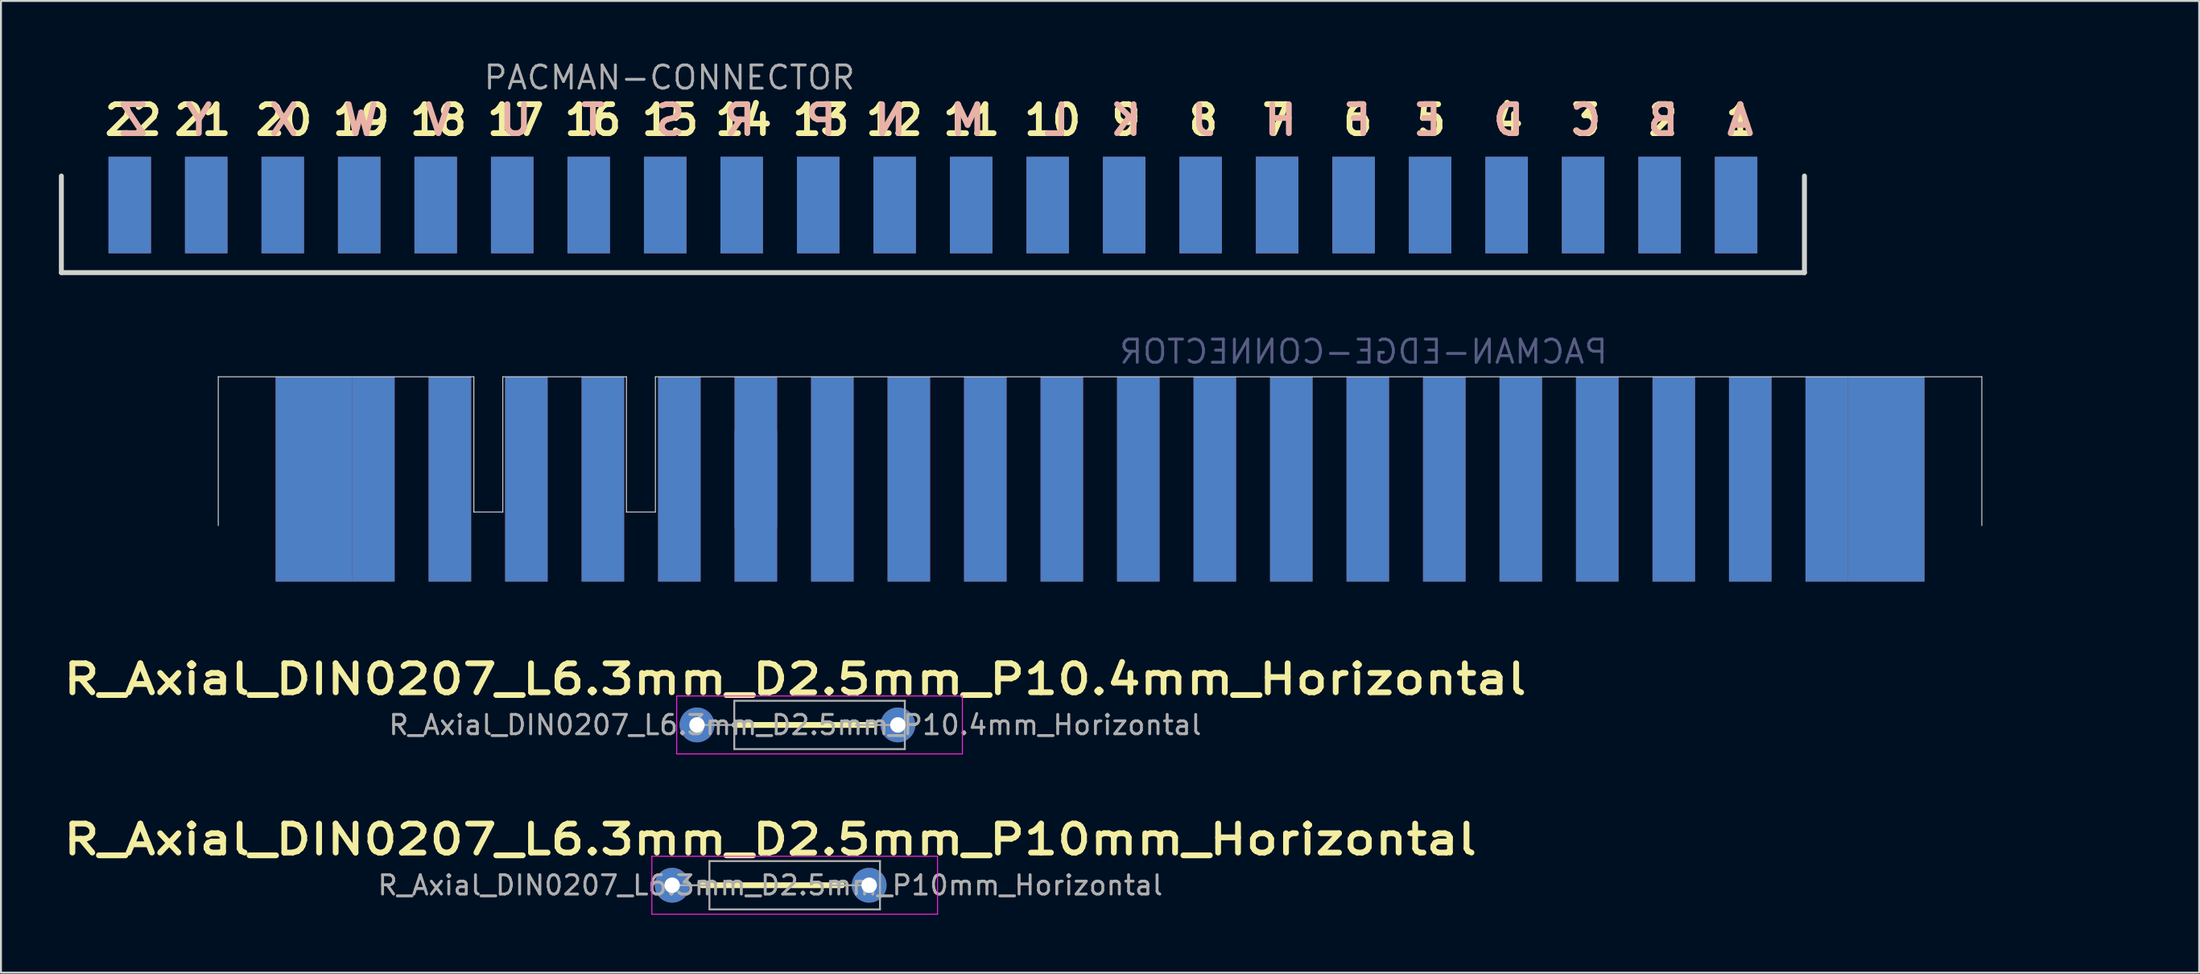
<source format=kicad_pcb>
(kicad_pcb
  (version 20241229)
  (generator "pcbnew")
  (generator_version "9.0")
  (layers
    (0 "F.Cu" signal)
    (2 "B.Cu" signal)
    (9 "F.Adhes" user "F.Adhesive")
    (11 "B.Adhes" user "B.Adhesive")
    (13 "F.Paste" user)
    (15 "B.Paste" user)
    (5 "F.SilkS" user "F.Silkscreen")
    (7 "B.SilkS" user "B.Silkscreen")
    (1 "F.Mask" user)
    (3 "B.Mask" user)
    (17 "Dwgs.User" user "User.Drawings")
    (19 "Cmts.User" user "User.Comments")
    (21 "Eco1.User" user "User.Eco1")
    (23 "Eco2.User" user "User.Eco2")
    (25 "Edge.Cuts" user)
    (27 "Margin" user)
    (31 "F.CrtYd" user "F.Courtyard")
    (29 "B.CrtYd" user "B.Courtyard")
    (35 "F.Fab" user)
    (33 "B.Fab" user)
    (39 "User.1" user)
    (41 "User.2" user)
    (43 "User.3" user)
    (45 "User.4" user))
  (footprint "PACMAN-EDGE-CONNECTOR"
    (layer "F.Cu")
    (at 43.981 21.757)
    (property "Reference" "PACMAN-EDGE-CONNECTOR" (at 23.559 -6.6 180) (layer "B.Fab") (effects (font (size 1.2 1.2) (thickness 0.15)) (justify mirror)))
    (attr through_hole)
    (fp_rect (start -43.931 -5.3) (end 63.768 5.9) (stroke (width 0.1) (type solid)) (fill yes) (layer "F.Mask"))
    (fp_poly (pts (xy -43.931 -5.3) (xy 63.768 -5.3) (xy 63.768 5.9) (xy -43.931 5.9)) (stroke (width 0) (type solid)) (fill yes) (layer "B.Mask"))
    (fp_line (start -35.731 -5.3) (end -22.5 -5.3) (stroke (width 0.05) (type solid)) (layer "Edge.Cuts"))
    (fp_line (start -35.731 2.401) (end -35.731 -5.3) (stroke (width 0.05) (type solid)) (layer "Edge.Cuts"))
    (fp_line (start -22.5 -5.3) (end -22.5 1.7) (stroke (width 0.05) (type default)) (layer "Edge.Cuts"))
    (fp_line (start -21 -5.3) (end -14.6 -5.3) (stroke (width 0.05) (type solid)) (layer "Edge.Cuts"))
    (fp_line (start -21 1.7) (end -22.5 1.7) (stroke (width 0.05) (type default)) (layer "Edge.Cuts"))
    (fp_line (start -21 1.7) (end -21 -5.3) (stroke (width 0.05) (type default)) (layer "Edge.Cuts"))
    (fp_line (start -14.6 -5.3) (end -14.6 1.7) (stroke (width 0.05) (type default)) (layer "Edge.Cuts"))
    (fp_line (start -13.1 -5.3) (end 55.568 -5.3) (stroke (width 0.05) (type solid)) (layer "Edge.Cuts"))
    (fp_line (start -13.1 1.7) (end -14.6 1.7) (stroke (width 0.05) (type default)) (layer "Edge.Cuts"))
    (fp_line (start -13.1 1.7) (end -13.1 -5.3) (stroke (width 0.05) (type default)) (layer "Edge.Cuts"))
    (fp_line (start 55.568 -5.3) (end 55.568 2.401) (stroke (width 0.05) (type solid)) (layer "Edge.Cuts"))
    (pad "1" connect custom (at -31.661 0 180) (size 2.2 10.6) (layers "B.Cu" "B.Mask") (options (anchor rect)) (primitives (gr_rect (start -2.86 -5.3) (end 0.2 5.3) (width 0) (fill yes))))
    (pad "2" connect rect (at -27.701 0 180) (size 2.2 10.6) (layers "B.Cu" "B.Mask"))
    (pad "3" connect rect (at -23.741 0 180) (size 2.2 10.6) (layers "B.Cu" "B.Mask"))
    (pad "4" connect rect (at -19.781 0 180) (size 2.2 10.6) (layers "B.Cu" "B.Mask"))
    (pad "5" connect rect (at -15.821 0 180) (size 2.2 10.6) (layers "B.Cu" "B.Mask"))
    (pad "6" connect rect (at -11.861 0 180) (size 2.2 10.6) (layers "B.Cu" "B.Mask"))
    (pad "7" connect rect (at -7.902 0 180) (size 2.2 5) (layers "B.Cu" "B.Mask"))
    (pad "7" connect rect (at -7.901 0 180) (size 2.2 10.6) (layers "B.Cu" "B.Mask"))
    (pad "8" connect rect (at -3.941 0 180) (size 2.2 10.6) (layers "B.Cu" "B.Mask"))
    (pad "9" connect rect (at 0.019 0 180) (size 2.2 10.6) (layers "B.Cu" "B.Mask"))
    (pad "10" connect rect (at 3.979 0 180) (size 2.2 10.6) (layers "B.Cu" "B.Mask"))
    (pad "11" connect rect (at 7.939 0 180) (size 2.2 10.6) (layers "B.Cu" "B.Mask"))
    (pad "12" connect rect (at 11.899 0 180) (size 2.2 10.6) (layers "B.Cu" "B.Mask"))
    (pad "13" connect rect (at 15.859 0 180) (size 2.2 10.6) (layers "B.Cu" "B.Mask"))
    (pad "14" connect rect (at 19.819 0 180) (size 2.2 10.6) (layers "B.Cu" "B.Mask"))
    (pad "15" connect rect (at 23.779 0 180) (size 2.2 10.6) (layers "B.Cu" "B.Mask"))
    (pad "16" connect rect (at 27.739 0 180) (size 2.2 10.6) (layers "B.Cu" "B.Mask"))
    (pad "17" connect rect (at 31.699 0 180) (size 2.2 10.6) (layers "B.Cu" "B.Mask"))
    (pad "18" connect rect (at 35.659 0 180) (size 2.2 10.6) (layers "B.Cu" "B.Mask"))
    (pad "19" connect rect (at 39.619 0 180) (size 2.2 10.6) (layers "B.Cu" "B.Mask"))
    (pad "20" connect rect (at 43.579 0 180) (size 2.2 10.6) (layers "B.Cu" "B.Mask"))
    (pad "21" connect rect (at 47.539 0 180) (size 2.2 10.6) (layers "B.Cu" "B.Mask"))
    (pad "22" connect custom (at 51.499 0 180) (size 2.2 10.6) (layers "B.Cu" "B.Mask") (options (anchor rect)) (primitives (gr_rect (start 0.15 -5.3) (end 2.86 5.3) (width 0) (fill yes))))
    (pad "A" connect custom (at -31.661 0 180) (size 2.2 10.6) (layers "F.Cu" "F.Mask") (options (anchor rect)) (primitives (gr_rect (start -2.86 -5.3) (end 0.4 5.3) (width 0) (fill yes))))
    (pad "B" connect rect (at -27.701 0 180) (size 2.2 10.6) (layers "F.Cu" "F.Mask"))
    (pad "C" connect rect (at -23.741 0 180) (size 2.2 10.6) (layers "F.Cu" "F.Mask"))
    (pad "D" connect rect (at -19.781 0 180) (size 2.2 10.6) (layers "F.Cu" "F.Mask"))
    (pad "E" connect rect (at -15.821 0 180) (size 2.2 10.6) (layers "F.Cu" "F.Mask"))
    (pad "F" connect rect (at -11.861 0 180) (size 2.2 10.6) (layers "F.Cu" "F.Mask"))
    (pad "H" connect rect (at -7.901 0 180) (size 2.2 10.6) (layers "F.Cu" "F.Mask"))
    (pad "J" connect rect (at -3.941 0 180) (size 2.2 10.6) (layers "F.Cu" "F.Mask"))
    (pad "K" connect rect (at 0.019 0 180) (size 2.2 10.6) (layers "F.Cu" "F.Mask"))
    (pad "L" connect rect (at 3.979 0 180) (size 2.2 10.6) (layers "F.Cu" "F.Mask"))
    (pad "M" connect rect (at 7.939 0 180) (size 2.2 10.6) (layers "F.Cu" "F.Mask"))
    (pad "N" connect rect (at 11.899 0 180) (size 2.2 10.6) (layers "F.Cu" "F.Mask"))
    (pad "P" connect rect (at 15.859 0 180) (size 2.2 10.6) (layers "F.Cu" "F.Mask"))
    (pad "R" connect rect (at 19.819 0 180) (size 2.2 10.6) (layers "F.Cu" "F.Mask"))
    (pad "S" connect rect (at 23.779 0 180) (size 2.2 10.6) (layers "F.Cu" "F.Mask"))
    (pad "T" connect rect (at 27.739 0 180) (size 2.2 10.6) (layers "F.Cu" "F.Mask"))
    (pad "U" connect rect (at 31.699 0 180) (size 2.2 10.6) (layers "F.Cu" "F.Mask"))
    (pad "V" connect rect (at 35.659 0 180) (size 2.2 10.6) (layers "F.Cu" "F.Mask"))
    (pad "W" connect rect (at 39.619 0 180) (size 2.2 10.6) (layers "F.Cu" "F.Mask"))
    (pad "X" connect rect (at 43.579 0 180) (size 2.2 10.6) (layers "F.Cu" "F.Mask"))
    (pad "Y" connect rect (at 47.539 0 180) (size 2.2 10.6) (layers "F.Cu" "F.Mask"))
    (pad "Z" connect custom (at 51.499 0 180) (size 2.2 10.6) (layers "F.Cu" "F.Mask") (options (anchor rect)) (primitives (gr_rect (start 0.05 -5.3) (end 2.86 5.3) (width 0) (fill yes)))))
  (footprint "R_Axial_DIN0207_L6.3mm_D2.5mm_P10.4mm_Horizontal"
    (layer "F.Cu")
    (at 33.033 34.481)
    (property "Reference" "R_Axial_DIN0207_L6.3mm_D2.5mm_P10.4mm_Horizontal" (at 5.08 -2.37 0) (layer "F.SilkS") (effects (font (size 1.5 1.8) (thickness 0.3) (bold yes))))
    (attr through_hole)
    (fp_line (start 1.95 0) (end 9.2 0) (stroke (width 0.3) (type solid)) (layer "F.SilkS"))
    (fp_line (start -1.05 -1.5) (end -1.05 1.5) (stroke (width 0.05) (type solid)) (layer "F.CrtYd"))
    (fp_line (start -1.05 1.5) (end 13.74 1.5) (stroke (width 0.05) (type solid)) (layer "F.CrtYd"))
    (fp_line (start 13.74 -1.5) (end -1.05 -1.5) (stroke (width 0.05) (type solid)) (layer "F.CrtYd"))
    (fp_line (start 13.74 1.5) (end 13.74 -1.5) (stroke (width 0.05) (type solid)) (layer "F.CrtYd"))
    (fp_line (start 0 0) (end 1.93 0) (stroke (width 0.1) (type solid)) (layer "F.Fab"))
    (fp_line (start 1.93 -1.25) (end 1.93 1.25) (stroke (width 0.1) (type solid)) (layer "F.Fab"))
    (fp_line (start 1.93 1.25) (end 10.76 1.25) (stroke (width 0.1) (type solid)) (layer "F.Fab"))
    (fp_line (start 10.16 0) (end 8.23 0) (stroke (width 0.1) (type solid)) (layer "F.Fab"))
    (fp_line (start 10.76 -1.25) (end 1.93 -1.25) (stroke (width 0.1) (type solid)) (layer "F.Fab"))
    (fp_line (start 10.76 1.25) (end 10.76 -1.25) (stroke (width 0.1) (type solid)) (layer "F.Fab"))
    (fp_text user "${REFERENCE}" (at 5.08 0 0) (layer "F.Fab") (effects (font (size 1 1) (thickness 0.15))))
    (pad "1" thru_hole circle (at 0 0) (size 1.8 1.8) (drill 0.8) (layers "*.Cu" "*.Mask"))
    (pad "2" thru_hole oval (at 10.4 0) (size 1.8 1.8) (drill 0.8) (layers "*.Cu" "*.Mask")))
  (footprint "R_Axial_DIN0207_L6.3mm_D2.5mm_P10mm_Horizontal"
    (layer "F.Cu")
    (at 31.747 42.78)
    (property "Reference" "R_Axial_DIN0207_L6.3mm_D2.5mm_P10mm_Horizontal" (at 5.08 -2.37 0) (layer "F.SilkS") (effects (font (size 1.5 1.8) (thickness 0.3) (bold yes))))
    (attr through_hole)
    (fp_line (start 1.55 0) (end 8.8 0) (stroke (width 0.3) (type solid)) (layer "F.SilkS"))
    (fp_line (start -1.05 -1.5) (end -1.05 1.5) (stroke (width 0.05) (type solid)) (layer "F.CrtYd"))
    (fp_line (start -1.05 1.5) (end 13.74 1.5) (stroke (width 0.05) (type solid)) (layer "F.CrtYd"))
    (fp_line (start 13.74 -1.5) (end -1.05 -1.5) (stroke (width 0.05) (type solid)) (layer "F.CrtYd"))
    (fp_line (start 13.74 1.5) (end 13.74 -1.5) (stroke (width 0.05) (type solid)) (layer "F.CrtYd"))
    (fp_line (start 0 0) (end 1.93 0) (stroke (width 0.1) (type solid)) (layer "F.Fab"))
    (fp_line (start 1.93 -1.25) (end 1.93 1.25) (stroke (width 0.1) (type solid)) (layer "F.Fab"))
    (fp_line (start 1.93 1.25) (end 10.76 1.25) (stroke (width 0.1) (type solid)) (layer "F.Fab"))
    (fp_line (start 10.16 0) (end 8.23 0) (stroke (width 0.1) (type solid)) (layer "F.Fab"))
    (fp_line (start 10.76 -1.25) (end 1.93 -1.25) (stroke (width 0.1) (type solid)) (layer "F.Fab"))
    (fp_line (start 10.76 1.25) (end 10.76 -1.25) (stroke (width 0.1) (type solid)) (layer "F.Fab"))
    (fp_text user "${REFERENCE}" (at 5.08 0 0) (layer "F.Fab") (effects (font (size 1 1) (thickness 0.15))))
    (pad "1" thru_hole circle (at 0 0) (size 1.8 1.8) (drill 0.8) (layers "*.Cu" "*.Mask"))
    (pad "2" thru_hole oval (at 10.2 0) (size 1.8 1.8) (drill 0.8) (layers "*.Cu" "*.Mask")))
  (footprint "PACMAN-CONNECTOR"
    (layer "F.Cu")
    (at 55.166 7.565)
    (property "Reference" "PACMAN-CONNECTOR" (at -23.559 -6.6 180) (layer "F.Fab") (effects (font (size 1.2 1.2) (thickness 0.15))))
    (attr through_hole)
    (fp_line (start -55.039 -1.502) (end -55.039 3.499) (stroke (width 0.254) (type solid)) (layer "Edge.Cuts"))
    (fp_line (start -55.039 3.499) (end 35.2 3.499) (stroke (width 0.254) (type solid)) (layer "Edge.Cuts"))
    (fp_line (start 35.2 3.499) (end 35.2 -1.502) (stroke (width 0.254) (type solid)) (layer "Edge.Cuts"))
    (fp_text user "13" (at -15.722 -4.4 0) (unlocked yes) (layer "F.SilkS") (effects (font (size 1.5 1.5) (thickness 0.3) (bold yes))))
    (fp_text user "18" (at -35.522 -4.4 0) (unlocked yes) (layer "F.SilkS") (effects (font (size 1.5 1.5) (thickness 0.3) (bold yes))))
    (fp_text user "1" (at 31.878 -4.4 0) (unlocked yes) (layer "F.SilkS") (effects (font (size 1.5 1.5) (thickness 0.3) (bold yes))))
    (fp_text user "7" (at 7.878 -4.4 0) (unlocked yes) (layer "F.SilkS") (effects (font (size 1.5 1.5) (thickness 0.3) (bold yes))))
    (fp_text user "9" (at 0.078 -4.4 0) (unlocked yes) (layer "F.SilkS") (effects (font (size 1.5 1.5) (thickness 0.3) (bold yes))))
    (fp_text user "22" (at -51.322 -4.4 0) (unlocked yes) (layer "F.SilkS") (effects (font (size 1.5 1.5) (thickness 0.3) (bold yes))))
    (fp_text user "8" (at 4.078 -4.4 0) (unlocked yes) (layer "F.SilkS") (effects (font (size 1.5 1.5) (thickness 0.3) (bold yes))))
    (fp_text user "6" (at 12.078 -4.4 0) (unlocked yes) (layer "F.SilkS") (effects (font (size 1.5 1.5) (thickness 0.3) (bold yes))))
    (fp_text user "3" (at 23.878 -4.4 0) (unlocked yes) (layer "F.SilkS") (effects (font (size 1.5 1.5) (thickness 0.3) (bold yes))))
    (fp_text user "5" (at 15.878 -4.4 0) (unlocked yes) (layer "F.SilkS") (effects (font (size 1.5 1.5) (thickness 0.3) (bold yes))))
    (fp_text user "16" (at -27.522 -4.4 0) (unlocked yes) (layer "F.SilkS") (effects (font (size 1.5 1.5) (thickness 0.3) (bold yes))))
    (fp_text user "14" (at -19.722 -4.4 0) (unlocked yes) (layer "F.SilkS") (effects (font (size 1.5 1.5) (thickness 0.3) (bold yes))))
    (fp_text user "17" (at -31.522 -4.4 0) (unlocked yes) (layer "F.SilkS") (effects (font (size 1.5 1.5) (thickness 0.3) (bold yes))))
    (fp_text user "11" (at -7.922 -4.4 0) (unlocked yes) (layer "F.SilkS") (effects (font (size 1.5 1.5) (thickness 0.3) (bold yes))))
    (fp_text user "21" (at -47.722 -4.4 0) (unlocked yes) (layer "F.SilkS") (effects (font (size 1.5 1.5) (thickness 0.3) (bold yes))))
    (fp_text user "4" (at 19.878 -4.4 0) (unlocked yes) (layer "F.SilkS") (effects (font (size 1.5 1.5) (thickness 0.3) (bold yes))))
    (fp_text user "19" (at -39.522 -4.4 0) (unlocked yes) (layer "F.SilkS") (effects (font (size 1.5 1.5) (thickness 0.3) (bold yes))))
    (fp_text user "12" (at -11.922 -4.4 0) (unlocked yes) (layer "F.SilkS") (effects (font (size 1.5 1.5) (thickness 0.3) (bold yes))))
    (fp_text user "2" (at 27.878 -4.4 0) (unlocked yes) (layer "F.SilkS") (effects (font (size 1.5 1.5) (thickness 0.3) (bold yes))))
    (fp_text user "20" (at -43.522 -4.4 0) (unlocked yes) (layer "F.SilkS") (effects (font (size 1.5 1.5) (thickness 0.3) (bold yes))))
    (fp_text user "15" (at -23.522 -4.4 0) (unlocked yes) (layer "F.SilkS") (effects (font (size 1.5 1.5) (thickness 0.3) (bold yes))))
    (fp_text user "10" (at -3.722 -4.4 0) (unlocked yes) (layer "F.SilkS") (effects (font (size 1.5 1.5) (thickness 0.3) (bold yes))))
    (fp_text user "B" (at 27.878 -4.4 0) (unlocked yes) (layer "B.SilkS") (effects (font (size 1.5 1.5) (thickness 0.3) (bold yes)) (justify mirror)))
    (fp_text user "C" (at 23.878 -4.4 0) (unlocked yes) (layer "B.SilkS") (effects (font (size 1.5 1.5) (thickness 0.3) (bold yes)) (justify mirror)))
    (fp_text user "X" (at -43.522 -4.4 0) (unlocked yes) (layer "B.SilkS") (effects (font (size 1.5 1.5) (thickness 0.3) (bold yes)) (justify mirror)))
    (fp_text user "W" (at -39.522 -4.4 0) (unlocked yes) (layer "B.SilkS") (effects (font (size 1.5 1.5) (thickness 0.3) (bold yes)) (justify mirror)))
    (fp_text user "J" (at 4.078 -4.4 0) (unlocked yes) (layer "B.SilkS") (effects (font (size 1.5 1.5) (thickness 0.3) (bold yes)) (justify mirror)))
    (fp_text user "Z" (at -51.322 -4.4 0) (unlocked yes) (layer "B.SilkS") (effects (font (size 1.5 1.5) (thickness 0.3) (bold yes)) (justify mirror)))
    (fp_text user "F" (at 12.078 -4.4 0) (unlocked yes) (layer "B.SilkS") (effects (font (size 1.5 1.5) (thickness 0.3) (bold yes)) (justify mirror)))
    (fp_text user "P" (at -15.722 -4.4 0) (unlocked yes) (layer "B.SilkS") (effects (font (size 1.5 1.5) (thickness 0.3) (bold yes)) (justify mirror)))
    (fp_text user "U" (at -31.522 -4.4 0) (unlocked yes) (layer "B.SilkS") (effects (font (size 1.5 1.5) (thickness 0.3) (bold yes)) (justify mirror)))
    (fp_text user "A" (at 31.878 -4.4 0) (unlocked yes) (layer "B.SilkS") (effects (font (size 1.5 1.5) (thickness 0.3) (bold yes)) (justify mirror)))
    (fp_text user "S" (at -23.522 -4.4 0) (unlocked yes) (layer "B.SilkS") (effects (font (size 1.5 1.5) (thickness 0.3) (bold yes)) (justify mirror)))
    (fp_text user "T" (at -27.522 -4.4 0) (unlocked yes) (layer "B.SilkS") (effects (font (size 1.5 1.5) (thickness 0.3) (bold yes)) (justify mirror)))
    (fp_text user "V" (at -35.522 -4.4 0) (unlocked yes) (layer "B.SilkS") (effects (font (size 1.5 1.5) (thickness 0.3) (bold yes)) (justify mirror)))
    (fp_text user "L" (at -3.522 -4.4 0) (unlocked yes) (layer "B.SilkS") (effects (font (size 1.5 1.5) (thickness 0.3) (bold yes)) (justify mirror)))
    (fp_text user "D" (at 19.878 -4.4 0) (unlocked yes) (layer "B.SilkS") (effects (font (size 1.5 1.5) (thickness 0.3) (bold yes)) (justify mirror)))
    (fp_text user "R" (at -19.922 -4.4 0) (unlocked yes) (layer "B.SilkS") (effects (font (size 1.5 1.5) (thickness 0.3) (bold yes)) (justify mirror)))
    (fp_text user "M" (at -8.122 -4.4 0) (unlocked yes) (layer "B.SilkS") (effects (font (size 1.5 1.5) (thickness 0.3) (bold yes)) (justify mirror)))
    (fp_text user "E" (at 15.678 -4.4 0) (unlocked yes) (layer "B.SilkS") (effects (font (size 1.5 1.5) (thickness 0.3) (bold yes)) (justify mirror)))
    (fp_text user "Y" (at -47.922 -4.4 0) (unlocked yes) (layer "B.SilkS") (effects (font (size 1.5 1.5) (thickness 0.3) (bold yes)) (justify mirror)))
    (fp_text user "N" (at -12.122 -4.4 0) (unlocked yes) (layer "B.SilkS") (effects (font (size 1.5 1.5) (thickness 0.3) (bold yes)) (justify mirror)))
    (fp_text user "H" (at 8.078 -4.4 0) (unlocked yes) (layer "B.SilkS") (effects (font (size 1.5 1.5) (thickness 0.3) (bold yes)) (justify mirror)))
    (fp_text user "K" (at 0.078 -4.4 0) (unlocked yes) (layer "B.SilkS") (effects (font (size 1.5 1.5) (thickness 0.3) (bold yes)) (justify mirror)))
    (pad "1" smd rect (at 31.661 0 180) (size 2.2 5) (layers "F.Cu" "F.Mask"))
    (pad "2" smd rect (at 27.701 0 180) (size 2.2 5) (layers "F.Cu" "F.Mask"))
    (pad "3" smd rect (at 23.741 0 180) (size 2.2 5) (layers "F.Cu" "F.Mask"))
    (pad "4" smd rect (at 19.781 0 180) (size 2.2 5) (layers "F.Cu" "F.Mask"))
    (pad "5" smd rect (at 15.821 0 180) (size 2.2 5) (layers "F.Cu" "F.Mask"))
    (pad "6" smd rect (at 11.861 0 180) (size 2.2 5) (layers "F.Cu" "F.Mask"))
    (pad "7" smd rect (at 7.901 0 180) (size 2.2 5) (layers "F.Cu" "F.Mask"))
    (pad "7" smd rect (at 7.902 0 180) (size 2.2 5) (layers "F.Cu" "F.Mask"))
    (pad "8" smd rect (at 3.941 0 180) (size 2.2 5) (layers "F.Cu" "F.Mask"))
    (pad "9" smd rect (at -0.019 0 180) (size 2.2 5) (layers "F.Cu" "F.Mask"))
    (pad "10" smd rect (at -3.979 0 180) (size 2.2 5) (layers "F.Cu" "F.Mask"))
    (pad "11" smd rect (at -7.939 0 180) (size 2.2 5) (layers "F.Cu" "F.Mask"))
    (pad "12" smd rect (at -11.899 0 180) (size 2.2 5) (layers "F.Cu" "F.Mask"))
    (pad "13" smd rect (at -15.859 0 180) (size 2.2 5) (layers "F.Cu" "F.Mask"))
    (pad "14" smd rect (at -19.819 0 180) (size 2.2 5) (layers "F.Cu" "F.Mask"))
    (pad "15" smd rect (at -23.779 0 180) (size 2.2 5) (layers "F.Cu" "F.Mask"))
    (pad "16" smd rect (at -27.739 0 180) (size 2.2 5) (layers "F.Cu" "F.Mask"))
    (pad "17" smd rect (at -31.699 0 180) (size 2.2 5) (layers "F.Cu" "F.Mask"))
    (pad "18" smd rect (at -35.659 0 180) (size 2.2 5) (layers "F.Cu" "F.Mask"))
    (pad "19" smd rect (at -39.619 0 180) (size 2.2 5) (layers "F.Cu" "F.Mask"))
    (pad "20" smd rect (at -43.579 0 180) (size 2.2 5) (layers "F.Cu" "F.Mask"))
    (pad "21" smd rect (at -47.539 0 180) (size 2.2 5) (layers "F.Cu" "F.Mask"))
    (pad "22" smd rect (at -51.499 0 180) (size 2.2 5) (layers "F.Cu" "F.Mask"))
    (pad "A" smd rect (at 31.661 0 180) (size 2.2 5) (layers "B.Cu" "B.Mask"))
    (pad "B" smd rect (at 27.701 0 180) (size 2.2 5) (layers "B.Cu" "B.Mask"))
    (pad "C" smd rect (at 23.741 0 180) (size 2.2 5) (layers "B.Cu" "B.Mask"))
    (pad "D" smd rect (at 19.781 0 180) (size 2.2 5) (layers "B.Cu" "B.Mask"))
    (pad "E" smd rect (at 15.821 0 180) (size 2.2 5) (layers "B.Cu" "B.Mask"))
    (pad "F" smd rect (at 11.861 0 180) (size 2.2 5) (layers "B.Cu" "B.Mask"))
    (pad "H" smd rect (at 7.901 0 180) (size 2.2 5) (layers "B.Cu" "B.Mask"))
    (pad "J" smd rect (at 3.941 0 180) (size 2.2 5) (layers "B.Cu" "B.Mask"))
    (pad "K" smd rect (at -0.019 0 180) (size 2.2 5) (layers "B.Cu" "B.Mask"))
    (pad "L" smd rect (at -3.979 0 180) (size 2.2 5) (layers "B.Cu" "B.Mask"))
    (pad "M" smd rect (at -7.939 0 180) (size 2.2 5) (layers "B.Cu" "B.Mask"))
    (pad "N" smd rect (at -11.899 0 180) (size 2.2 5) (layers "B.Cu" "B.Mask"))
    (pad "P" smd rect (at -15.859 0 180) (size 2.2 5) (layers "B.Cu" "B.Mask"))
    (pad "R" smd rect (at -19.819 0 180) (size 2.2 5) (layers "B.Cu" "B.Mask"))
    (pad "S" smd rect (at -23.779 0 180) (size 2.2 5) (layers "B.Cu" "B.Mask"))
    (pad "T" smd rect (at -27.739 0 180) (size 2.2 5) (layers "B.Cu" "B.Mask"))
    (pad "U" smd rect (at -31.699 0 180) (size 2.2 5) (layers "B.Cu" "B.Mask"))
    (pad "V" smd rect (at -35.659 0 180) (size 2.2 5) (layers "B.Cu" "B.Mask"))
    (pad "W" smd rect (at -39.619 0 180) (size 2.2 5) (layers "B.Cu" "B.Mask"))
    (pad "X" smd rect (at -43.579 0 180) (size 2.2 5) (layers "B.Cu" "B.Mask"))
    (pad "Y" smd rect (at -47.539 0 180) (size 2.2 5) (layers "B.Cu" "B.Mask"))
    (pad "Z" smd rect (at -51.499 0 180) (size 2.2 5) (layers "B.Cu" "B.Mask")))
  (gr_rect
    (start -3 -3)
    (end 110.8 47.305)
    (stroke (width 0.1) (type default))
    (fill no)
    (layer "Edge.Cuts")))
</source>
